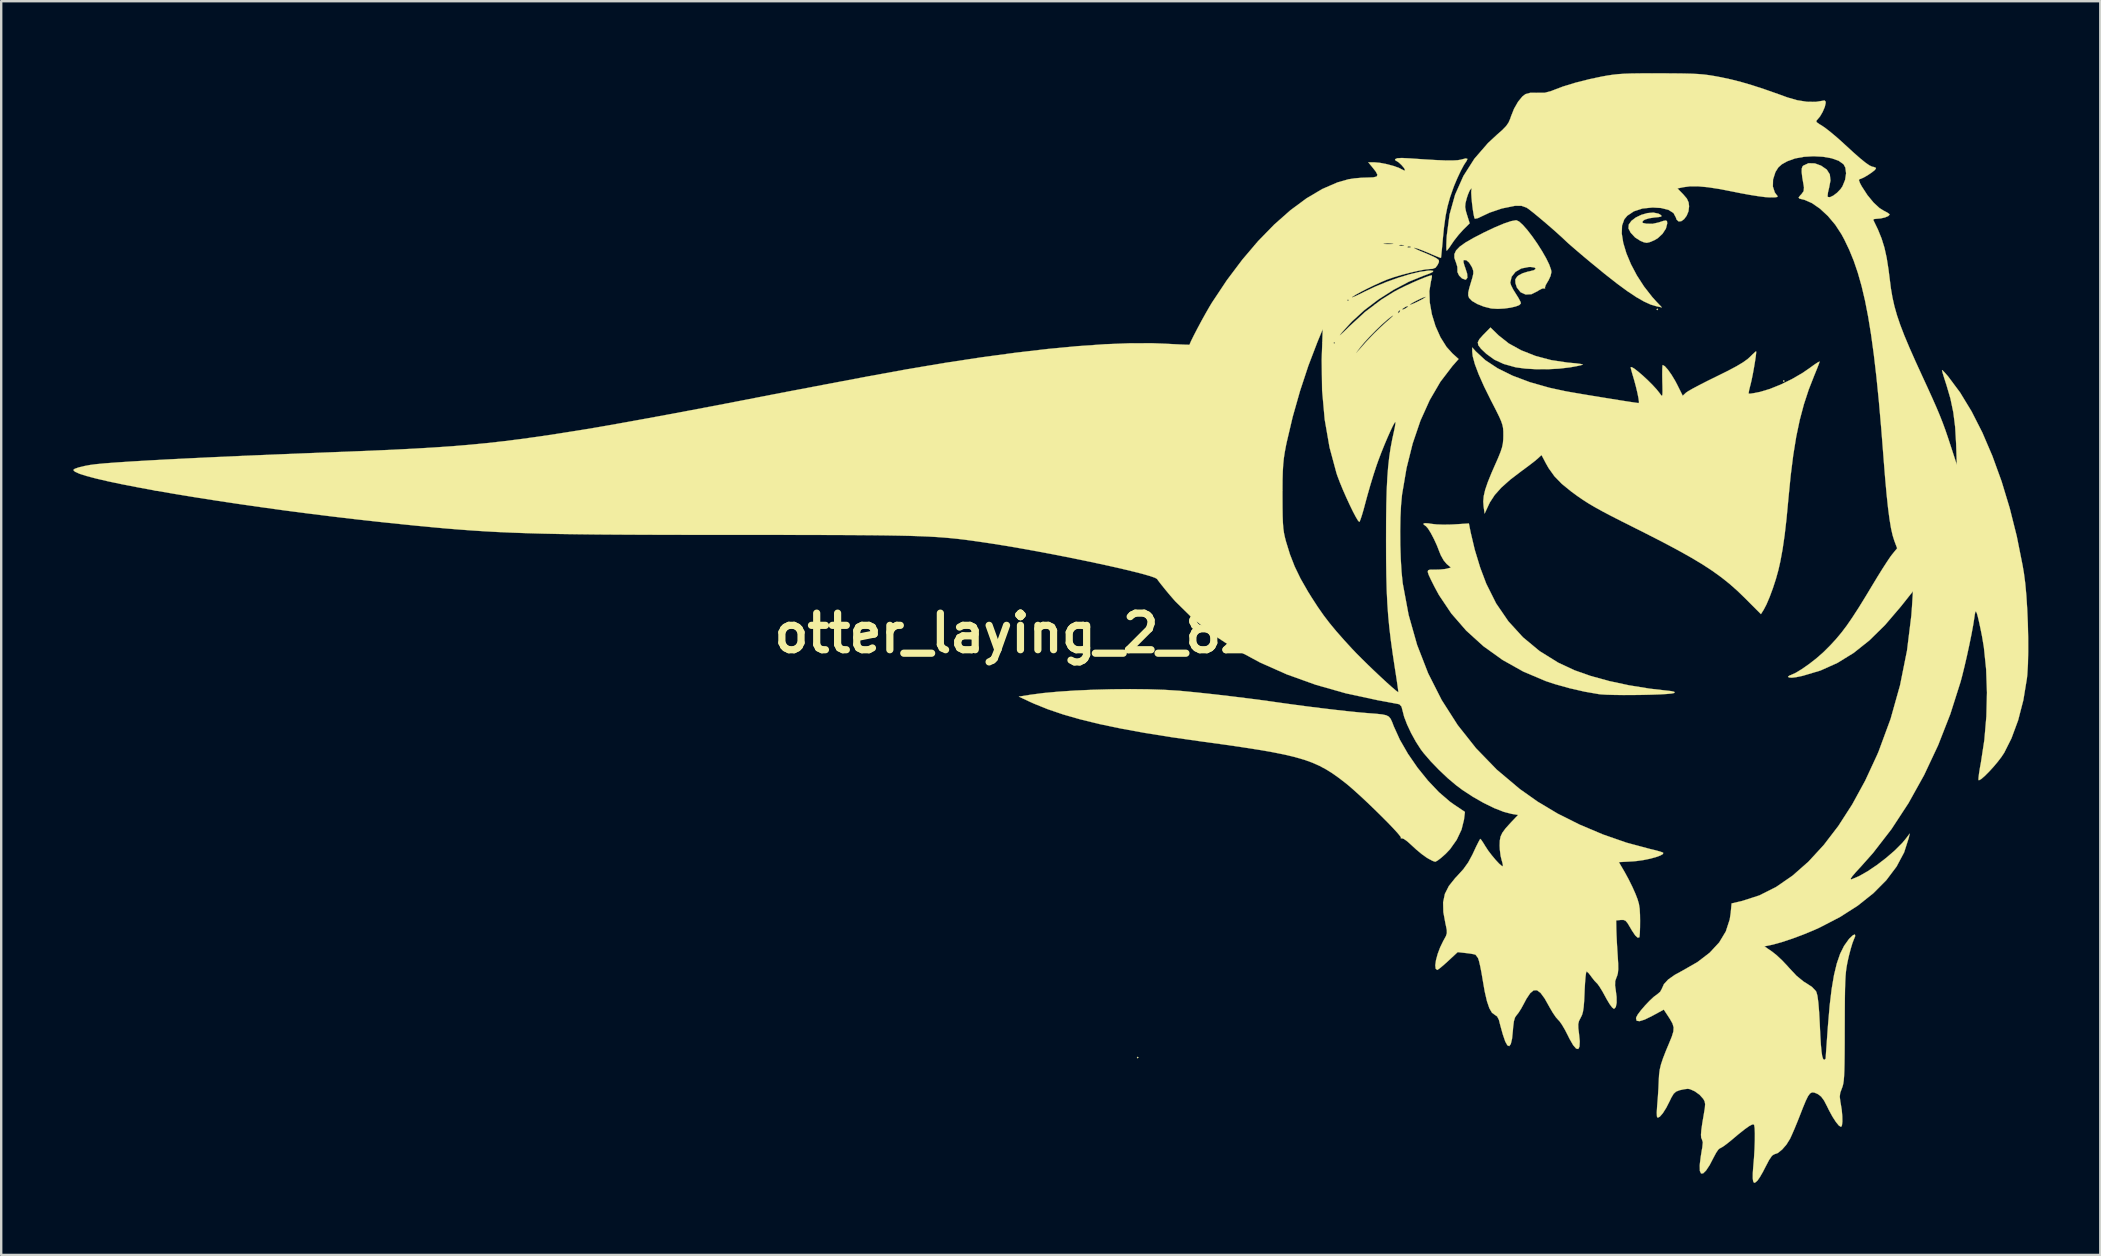
<source format=kicad_pcb>
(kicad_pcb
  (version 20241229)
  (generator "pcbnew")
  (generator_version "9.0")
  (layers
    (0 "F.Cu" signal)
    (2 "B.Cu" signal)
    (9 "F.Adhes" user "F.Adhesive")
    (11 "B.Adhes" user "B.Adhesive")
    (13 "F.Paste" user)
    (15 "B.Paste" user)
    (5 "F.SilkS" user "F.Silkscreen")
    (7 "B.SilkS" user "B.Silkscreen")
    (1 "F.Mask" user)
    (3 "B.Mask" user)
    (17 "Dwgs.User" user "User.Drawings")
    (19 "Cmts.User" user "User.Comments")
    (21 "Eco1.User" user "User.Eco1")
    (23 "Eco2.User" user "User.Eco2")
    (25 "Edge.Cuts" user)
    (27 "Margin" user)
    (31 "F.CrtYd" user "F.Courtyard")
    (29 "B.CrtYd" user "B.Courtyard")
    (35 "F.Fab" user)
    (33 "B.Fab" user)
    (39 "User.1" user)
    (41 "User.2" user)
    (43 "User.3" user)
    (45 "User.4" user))
  (footprint "otter_laying_2_8251"
    (layer "F.Cu")
    (at 40.709 23.336)
    (property "Reference" "otter_laying_2_8251" (at 0 0 0) (layer "F.SilkS") (effects (font (size 1.524 1.524) (thickness 0.3))))
    (attr through_hole)
    (fp_poly (pts (xy 3.683 17.685) (xy 3.651 17.716) (xy 3.619 17.685) (xy 3.651 17.653) (xy 3.683 17.685)) (stroke (width 0.01) (type solid)) (fill yes) (layer "F.SilkS"))
    (fp_poly (pts (xy 25.337 -13.494) (xy 25.305 -13.462) (xy 25.273 -13.494) (xy 25.305 -13.525) (xy 25.337 -13.494)) (stroke (width 0.01) (type solid)) (fill yes) (layer "F.SilkS"))
    (fp_poly (pts (xy 30.607 -10.509) (xy 30.575 -10.477) (xy 30.544 -10.509) (xy 30.575 -10.541) (xy 30.607 -10.509)) (stroke (width 0.01) (type solid)) (fill yes) (layer "F.SilkS"))
    (fp_poly (pts (xy 18.695 -12.406) (xy 19.115 -12.074) (xy 19.635 -11.787) (xy 20.232 -11.552) (xy 20.884 -11.379) (xy 21.569 -11.276) (xy 21.672 -11.267) (xy 21.916 -11.245) (xy 22.098 -11.221) (xy 22.192 -11.2) (xy 22.198 -11.192) (xy 22.125 -11.167) (xy 21.957 -11.13) (xy 21.727 -11.088) (xy 21.64 -11.074) (xy 21.214 -11.024) (xy 20.738 -10.999) (xy 20.253 -11) (xy 19.802 -11.026) (xy 19.427 -11.076) (xy 19.379 -11.086) (xy 18.902 -11.22) (xy 18.516 -11.398) (xy 18.189 -11.635) (xy 18.166 -11.655) (xy 17.958 -11.852) (xy 17.846 -11.998) (xy 17.824 -12.122) (xy 17.89 -12.252) (xy 18.039 -12.419) (xy 18.06 -12.44) (xy 18.353 -12.738) (xy 18.695 -12.406)) (stroke (width 0.01) (type solid)) (fill yes) (layer "F.SilkS"))
    (fp_poly (pts (xy 25.35 -17.484) (xy 25.43 -17.44) (xy 25.484 -17.39) (xy 25.463 -17.359) (xy 25.348 -17.338) (xy 25.185 -17.323) (xy 24.962 -17.289) (xy 24.789 -17.235) (xy 24.725 -17.196) (xy 24.676 -17.131) (xy 24.712 -17.093) (xy 24.854 -17.063) (xy 24.863 -17.062) (xy 25.115 -17.061) (xy 25.36 -17.115) (xy 25.558 -17.181) (xy 25.665 -17.199) (xy 25.709 -17.166) (xy 25.717 -17.08) (xy 25.718 -17.073) (xy 25.664 -16.863) (xy 25.523 -16.645) (xy 25.325 -16.46) (xy 25.184 -16.377) (xy 24.993 -16.296) (xy 24.865 -16.267) (xy 24.745 -16.289) (xy 24.606 -16.346) (xy 24.379 -16.491) (xy 24.194 -16.69) (xy 24.104 -16.865) (xy 24.115 -17.027) (xy 24.226 -17.183) (xy 24.41 -17.323) (xy 24.641 -17.434) (xy 24.893 -17.506) (xy 25.138 -17.527) (xy 25.35 -17.484)) (stroke (width 0.01) (type solid)) (fill yes) (layer "F.SilkS"))
    (fp_poly (pts (xy 15.764 -4.576) (xy 15.891 -4.556) (xy 16.108 -4.532) (xy 16.4 -4.522) (xy 16.717 -4.527) (xy 16.839 -4.533) (xy 17.453 -4.572) (xy 17.525 -4.207) (xy 17.698 -3.476) (xy 17.925 -2.73) (xy 18.176 -2.064) (xy 18.588 -1.24) (xy 19.1 -0.493) (xy 19.705 0.17) (xy 20.399 0.746) (xy 21.176 1.229) (xy 21.858 1.547) (xy 22.528 1.783) (xy 23.294 1.994) (xy 24.125 2.172) (xy 24.991 2.312) (xy 25.646 2.387) (xy 25.884 2.414) (xy 26.008 2.442) (xy 26.029 2.473) (xy 26.004 2.493) (xy 25.902 2.515) (xy 25.696 2.534) (xy 25.407 2.55) (xy 25.058 2.563) (xy 24.671 2.572) (xy 24.269 2.577) (xy 23.873 2.578) (xy 23.506 2.573) (xy 23.191 2.564) (xy 22.949 2.549) (xy 22.864 2.539) (xy 22.277 2.437) (xy 21.648 2.293) (xy 21.04 2.123) (xy 20.655 1.996) (xy 19.723 1.601) (xy 18.853 1.113) (xy 18.056 0.541) (xy 17.342 -0.107) (xy 16.722 -0.82) (xy 16.205 -1.591) (xy 16.023 -1.927) (xy 15.873 -2.226) (xy 15.778 -2.429) (xy 15.738 -2.554) (xy 15.754 -2.62) (xy 15.825 -2.645) (xy 15.951 -2.648) (xy 16.022 -2.646) (xy 16.252 -2.652) (xy 16.458 -2.673) (xy 16.529 -2.687) (xy 16.706 -2.734) (xy 16.528 -2.884) (xy 16.403 -3.033) (xy 16.283 -3.247) (xy 16.231 -3.374) (xy 16.124 -3.649) (xy 15.999 -3.922) (xy 15.871 -4.167) (xy 15.754 -4.356) (xy 15.663 -4.461) (xy 15.646 -4.47) (xy 15.566 -4.533) (xy 15.557 -4.561) (xy 15.614 -4.584) (xy 15.764 -4.576)) (stroke (width 0.01) (type solid)) (fill yes) (layer "F.SilkS"))
    (fp_poly (pts (xy 4.076 2.338) (xy 4.765 2.361) (xy 5.373 2.399) (xy 5.429 2.404) (xy 6.082 2.467) (xy 6.821 2.546) (xy 7.608 2.638) (xy 8.403 2.737) (xy 9.167 2.839) (xy 9.515 2.889) (xy 10.097 2.97) (xy 10.708 3.051) (xy 11.322 3.128) (xy 11.913 3.198) (xy 12.455 3.258) (xy 12.92 3.305) (xy 13.24 3.332) (xy 13.592 3.359) (xy 13.84 3.385) (xy 14.008 3.421) (xy 14.118 3.479) (xy 14.193 3.571) (xy 14.256 3.707) (xy 14.319 3.873) (xy 14.576 4.44) (xy 14.913 5.026) (xy 15.31 5.602) (xy 15.747 6.144) (xy 16.203 6.625) (xy 16.659 7.018) (xy 16.834 7.143) (xy 17.288 7.448) (xy 17.249 7.772) (xy 17.146 8.186) (xy 16.946 8.609) (xy 16.668 9.002) (xy 16.483 9.197) (xy 16.304 9.356) (xy 16.153 9.472) (xy 16.057 9.524) (xy 16.05 9.525) (xy 15.95 9.493) (xy 15.789 9.41) (xy 15.681 9.345) (xy 15.486 9.204) (xy 15.257 9.014) (xy 15.063 8.835) (xy 14.888 8.677) (xy 14.745 8.575) (xy 14.661 8.546) (xy 14.656 8.548) (xy 14.615 8.553) (xy 14.625 8.528) (xy 14.594 8.465) (xy 14.484 8.33) (xy 14.309 8.138) (xy 14.082 7.901) (xy 13.817 7.635) (xy 13.53 7.353) (xy 13.234 7.068) (xy 12.943 6.796) (xy 12.671 6.55) (xy 12.433 6.343) (xy 12.309 6.242) (xy 12.029 6.027) (xy 11.761 5.837) (xy 11.494 5.671) (xy 11.216 5.523) (xy 10.916 5.391) (xy 10.583 5.272) (xy 10.205 5.163) (xy 9.77 5.059) (xy 9.267 4.958) (xy 8.684 4.857) (xy 8.011 4.752) (xy 7.234 4.639) (xy 6.344 4.517) (xy 6.287 4.509) (xy 5.062 4.334) (xy 3.956 4.157) (xy 2.96 3.975) (xy 2.065 3.788) (xy 1.264 3.592) (xy 0.547 3.387) (xy -0.094 3.169) (xy -0.667 2.938) (xy -0.857 2.852) (xy -1.302 2.643) (xy -0.813 2.565) (xy -0.288 2.496) (xy 0.338 2.438) (xy 1.039 2.391) (xy 1.79 2.358) (xy 2.563 2.337) (xy 3.334 2.33) (xy 4.076 2.338)) (stroke (width 0.01) (type solid)) (fill yes) (layer "F.SilkS"))
    (fp_poly (pts (xy 19.545 -17.155) (xy 19.705 -17.01) (xy 19.895 -16.793) (xy 20.101 -16.525) (xy 20.309 -16.226) (xy 20.504 -15.918) (xy 20.674 -15.621) (xy 20.803 -15.356) (xy 20.878 -15.143) (xy 20.892 -15.049) (xy 20.856 -14.886) (xy 20.768 -14.697) (xy 20.738 -14.651) (xy 20.653 -14.503) (xy 20.621 -14.398) (xy 20.627 -14.378) (xy 20.626 -14.358) (xy 20.599 -14.37) (xy 20.509 -14.361) (xy 20.368 -14.289) (xy 20.317 -14.254) (xy 20.061 -14.126) (xy 19.817 -14.113) (xy 19.608 -14.208) (xy 19.454 -14.401) (xy 19.394 -14.583) (xy 19.387 -14.74) (xy 19.462 -14.857) (xy 19.519 -14.906) (xy 19.687 -14.996) (xy 19.905 -15.065) (xy 19.974 -15.078) (xy 20.167 -15.128) (xy 20.239 -15.187) (xy 20.191 -15.237) (xy 20.028 -15.261) (xy 19.949 -15.26) (xy 19.641 -15.199) (xy 19.397 -15.059) (xy 19.235 -14.856) (xy 19.177 -14.608) (xy 19.211 -14.495) (xy 19.299 -14.321) (xy 19.399 -14.161) (xy 19.516 -13.974) (xy 19.597 -13.823) (xy 19.622 -13.748) (xy 19.563 -13.679) (xy 19.408 -13.616) (xy 19.185 -13.564) (xy 18.927 -13.529) (xy 18.661 -13.515) (xy 18.419 -13.528) (xy 18.369 -13.535) (xy 18.075 -13.609) (xy 17.802 -13.718) (xy 17.586 -13.844) (xy 17.461 -13.972) (xy 17.46 -13.975) (xy 17.426 -14.072) (xy 17.428 -14.196) (xy 17.469 -14.381) (xy 17.53 -14.585) (xy 17.602 -14.825) (xy 17.637 -14.982) (xy 17.636 -15.095) (xy 17.602 -15.202) (xy 17.569 -15.274) (xy 17.461 -15.446) (xy 17.344 -15.544) (xy 17.245 -15.548) (xy 17.23 -15.536) (xy 17.228 -15.46) (xy 17.269 -15.313) (xy 17.296 -15.241) (xy 17.379 -14.985) (xy 17.391 -14.814) (xy 17.332 -14.736) (xy 17.304 -14.732) (xy 17.167 -14.783) (xy 17.044 -14.905) (xy 16.976 -15.051) (xy 16.976 -15.126) (xy 16.972 -15.267) (xy 16.918 -15.444) (xy 16.91 -15.462) (xy 16.849 -15.637) (xy 16.849 -15.797) (xy 16.92 -15.95) (xy 17.072 -16.108) (xy 17.314 -16.281) (xy 17.657 -16.478) (xy 18.081 -16.697) (xy 18.531 -16.91) (xy 18.912 -17.07) (xy 19.213 -17.171) (xy 19.419 -17.208) (xy 19.428 -17.209) (xy 19.545 -17.155)) (stroke (width 0.01) (type solid)) (fill yes) (layer "F.SilkS"))
    (fp_poly (pts (xy 17.735 -11.748) (xy 18.135 -11.378) (xy 18.651 -11.038) (xy 19.274 -10.73) (xy 19.995 -10.459) (xy 20.804 -10.229) (xy 21.431 -10.092) (xy 21.621 -10.057) (xy 21.893 -10.01) (xy 22.227 -9.953) (xy 22.6 -9.891) (xy 22.992 -9.827) (xy 23.382 -9.764) (xy 23.747 -9.705) (xy 24.066 -9.655) (xy 24.319 -9.617) (xy 24.483 -9.594) (xy 24.534 -9.588) (xy 24.541 -9.645) (xy 24.52 -9.795) (xy 24.477 -10.011) (xy 24.417 -10.264) (xy 24.347 -10.525) (xy 24.321 -10.614) (xy 24.257 -10.831) (xy 24.212 -10.997) (xy 24.194 -11.077) (xy 24.194 -11.078) (xy 24.234 -11.09) (xy 24.344 -11.027) (xy 24.503 -10.904) (xy 24.695 -10.74) (xy 24.9 -10.55) (xy 25.1 -10.351) (xy 25.276 -10.16) (xy 25.409 -9.993) (xy 25.426 -9.97) (xy 25.473 -9.906) (xy 25.503 -9.893) (xy 25.519 -9.948) (xy 25.523 -10.087) (xy 25.519 -10.328) (xy 25.514 -10.494) (xy 25.51 -10.771) (xy 25.512 -10.994) (xy 25.52 -11.137) (xy 25.531 -11.176) (xy 25.62 -11.123) (xy 25.748 -10.979) (xy 25.896 -10.77) (xy 26.048 -10.518) (xy 26.131 -10.361) (xy 26.364 -9.894) (xy 26.501 -10.022) (xy 26.6 -10.089) (xy 26.793 -10.199) (xy 27.061 -10.341) (xy 27.382 -10.505) (xy 27.737 -10.68) (xy 27.764 -10.693) (xy 28.239 -10.928) (xy 28.607 -11.124) (xy 28.881 -11.288) (xy 29.073 -11.427) (xy 29.145 -11.492) (xy 29.287 -11.631) (xy 29.388 -11.723) (xy 29.421 -11.748) (xy 29.425 -11.69) (xy 29.408 -11.537) (xy 29.376 -11.319) (xy 29.333 -11.063) (xy 29.285 -10.799) (xy 29.236 -10.557) (xy 29.191 -10.364) (xy 29.179 -10.321) (xy 29.133 -10.138) (xy 29.112 -10.012) (xy 29.115 -9.98) (xy 29.185 -9.981) (xy 29.345 -10.006) (xy 29.563 -10.05) (xy 29.592 -10.056) (xy 29.994 -10.177) (xy 30.45 -10.361) (xy 30.917 -10.589) (xy 31.352 -10.841) (xy 31.649 -11.045) (xy 31.84 -11.184) (xy 31.985 -11.28) (xy 32.061 -11.318) (xy 32.068 -11.314) (xy 32.044 -11.238) (xy 31.982 -11.075) (xy 31.893 -10.854) (xy 31.85 -10.751) (xy 31.615 -10.152) (xy 31.414 -9.539) (xy 31.242 -8.892) (xy 31.095 -8.193) (xy 30.97 -7.423) (xy 30.862 -6.565) (xy 30.767 -5.6) (xy 30.763 -5.556) (xy 30.689 -4.767) (xy 30.611 -4.088) (xy 30.526 -3.502) (xy 30.432 -2.99) (xy 30.35 -2.63) (xy 30.248 -2.261) (xy 30.123 -1.877) (xy 29.988 -1.512) (xy 29.856 -1.202) (xy 29.741 -0.981) (xy 29.74 -0.98) (xy 29.623 -0.794) (xy 28.956 -1.463) (xy 28.639 -1.769) (xy 28.317 -2.054) (xy 27.975 -2.327) (xy 27.602 -2.596) (xy 27.185 -2.869) (xy 26.709 -3.154) (xy 26.162 -3.46) (xy 25.532 -3.795) (xy 24.805 -4.167) (xy 24.384 -4.378) (xy 23.835 -4.654) (xy 23.384 -4.884) (xy 23.012 -5.08) (xy 22.702 -5.252) (xy 22.437 -5.408) (xy 22.2 -5.56) (xy 21.972 -5.717) (xy 21.736 -5.889) (xy 21.733 -5.891) (xy 21.33 -6.218) (xy 21.019 -6.538) (xy 20.773 -6.882) (xy 20.659 -7.084) (xy 20.48 -7.424) (xy 20.321 -7.276) (xy 20.199 -7.174) (xy 20.006 -7.024) (xy 19.775 -6.851) (xy 19.653 -6.762) (xy 19.176 -6.398) (xy 18.805 -6.067) (xy 18.527 -5.756) (xy 18.33 -5.454) (xy 18.287 -5.366) (xy 18.11 -4.985) (xy 18.068 -5.271) (xy 18.052 -5.485) (xy 18.072 -5.714) (xy 18.133 -5.977) (xy 18.242 -6.296) (xy 18.403 -6.693) (xy 18.523 -6.966) (xy 18.671 -7.301) (xy 18.772 -7.551) (xy 18.836 -7.746) (xy 18.871 -7.915) (xy 18.886 -8.089) (xy 18.889 -8.238) (xy 18.888 -8.406) (xy 18.878 -8.547) (xy 18.85 -8.682) (xy 18.798 -8.836) (xy 18.712 -9.031) (xy 18.585 -9.289) (xy 18.408 -9.633) (xy 18.374 -9.698) (xy 18.086 -10.281) (xy 17.861 -10.788) (xy 17.702 -11.211) (xy 17.612 -11.545) (xy 17.592 -11.738) (xy 17.594 -11.906) (xy 17.735 -11.748)) (stroke (width 0.01) (type solid)) (fill yes) (layer "F.SilkS"))
    (fp_poly (pts (xy 25.432 -23.33) (xy 25.96 -23.328) (xy 26.384 -23.323) (xy 26.725 -23.315) (xy 27.005 -23.301) (xy 27.248 -23.281) (xy 27.475 -23.252) (xy 27.709 -23.213) (xy 27.971 -23.164) (xy 27.979 -23.162) (xy 28.386 -23.074) (xy 28.805 -22.967) (xy 29.258 -22.834) (xy 29.767 -22.668) (xy 30.357 -22.461) (xy 30.731 -22.325) (xy 31.13 -22.21) (xy 31.535 -22.146) (xy 31.904 -22.14) (xy 32.147 -22.179) (xy 32.272 -22.2) (xy 32.317 -22.155) (xy 32.322 -22.097) (xy 32.286 -21.934) (xy 32.198 -21.727) (xy 32.084 -21.531) (xy 31.975 -21.402) (xy 31.928 -21.345) (xy 31.952 -21.289) (xy 32.064 -21.209) (xy 32.161 -21.152) (xy 32.315 -21.046) (xy 32.534 -20.874) (xy 32.79 -20.659) (xy 33.055 -20.422) (xy 33.099 -20.381) (xy 33.467 -20.043) (xy 33.757 -19.788) (xy 33.979 -19.608) (xy 34.143 -19.494) (xy 34.261 -19.439) (xy 34.312 -19.431) (xy 34.403 -19.399) (xy 34.417 -19.366) (xy 34.367 -19.298) (xy 34.24 -19.197) (xy 34.074 -19.085) (xy 33.907 -18.989) (xy 33.774 -18.93) (xy 33.735 -18.923) (xy 33.705 -18.883) (xy 33.751 -18.756) (xy 33.823 -18.621) (xy 34.06 -18.256) (xy 34.314 -17.947) (xy 34.563 -17.716) (xy 34.735 -17.609) (xy 34.888 -17.529) (xy 34.978 -17.462) (xy 34.987 -17.445) (xy 34.933 -17.384) (xy 34.794 -17.325) (xy 34.614 -17.284) (xy 34.471 -17.272) (xy 34.345 -17.259) (xy 34.303 -17.226) (xy 34.304 -17.224) (xy 34.499 -16.821) (xy 34.651 -16.447) (xy 34.769 -16.067) (xy 34.862 -15.649) (xy 34.939 -15.161) (xy 34.989 -14.764) (xy 35.04 -14.363) (xy 35.104 -13.989) (xy 35.186 -13.624) (xy 35.292 -13.25) (xy 35.428 -12.849) (xy 35.599 -12.404) (xy 35.812 -11.897) (xy 36.072 -11.31) (xy 36.337 -10.732) (xy 36.582 -10.2) (xy 36.781 -9.761) (xy 36.944 -9.391) (xy 37.08 -9.067) (xy 37.198 -8.767) (xy 37.308 -8.468) (xy 37.418 -8.147) (xy 37.538 -7.782) (xy 37.539 -7.779) (xy 37.787 -7.017) (xy 37.757 -7.906) (xy 37.717 -8.594) (xy 37.64 -9.204) (xy 37.52 -9.778) (xy 37.349 -10.361) (xy 37.339 -10.389) (xy 37.26 -10.634) (xy 37.201 -10.828) (xy 37.171 -10.945) (xy 37.17 -10.965) (xy 37.216 -10.93) (xy 37.317 -10.822) (xy 37.422 -10.701) (xy 37.923 -10.029) (xy 38.401 -9.243) (xy 38.852 -8.356) (xy 39.27 -7.38) (xy 39.652 -6.327) (xy 39.991 -5.209) (xy 40.285 -4.038) (xy 40.527 -2.827) (xy 40.583 -2.499) (xy 40.638 -2.078) (xy 40.684 -1.57) (xy 40.72 -1.001) (xy 40.746 -0.403) (xy 40.76 0.198) (xy 40.761 0.771) (xy 40.75 1.29) (xy 40.724 1.724) (xy 40.707 1.888) (xy 40.559 2.789) (xy 40.342 3.628) (xy 40.062 4.385) (xy 39.762 4.982) (xy 39.639 5.167) (xy 39.477 5.377) (xy 39.295 5.592) (xy 39.109 5.793) (xy 38.937 5.963) (xy 38.799 6.081) (xy 38.71 6.129) (xy 38.689 6.118) (xy 38.691 6.028) (xy 38.713 5.843) (xy 38.753 5.593) (xy 38.791 5.387) (xy 38.934 4.451) (xy 39.018 3.469) (xy 39.043 2.474) (xy 39.008 1.502) (xy 38.914 0.588) (xy 38.837 0.127) (xy 38.773 -0.19) (xy 38.712 -0.474) (xy 38.66 -0.695) (xy 38.624 -0.822) (xy 38.623 -0.826) (xy 38.586 -0.902) (xy 38.561 -0.894) (xy 38.536 -0.785) (xy 38.515 -0.635) (xy 38.469 -0.344) (xy 38.399 0.037) (xy 38.31 0.473) (xy 38.211 0.931) (xy 38.108 1.377) (xy 38.009 1.778) (xy 37.943 2.026) (xy 37.517 3.367) (xy 37.009 4.666) (xy 36.425 5.909) (xy 35.773 7.081) (xy 35.061 8.169) (xy 34.295 9.159) (xy 33.807 9.708) (xy 33.574 9.961) (xy 33.428 10.132) (xy 33.364 10.23) (xy 33.377 10.261) (xy 33.403 10.256) (xy 33.709 10.127) (xy 34.07 9.922) (xy 34.458 9.66) (xy 34.846 9.362) (xy 35.207 9.05) (xy 35.513 8.743) (xy 35.68 8.541) (xy 35.823 8.35) (xy 35.785 8.527) (xy 35.591 9.134) (xy 35.276 9.725) (xy 34.846 10.296) (xy 34.305 10.84) (xy 33.659 11.354) (xy 32.914 11.83) (xy 32.074 12.265) (xy 31.827 12.377) (xy 31.384 12.56) (xy 30.928 12.73) (xy 30.497 12.873) (xy 30.126 12.976) (xy 30.012 13.001) (xy 29.767 13.051) (xy 30.091 13.272) (xy 30.284 13.426) (xy 30.514 13.642) (xy 30.738 13.88) (xy 30.801 13.952) (xy 31.111 14.282) (xy 31.406 14.521) (xy 31.515 14.587) (xy 31.753 14.744) (xy 31.91 14.91) (xy 31.934 14.953) (xy 31.978 15.112) (xy 32.016 15.395) (xy 32.049 15.804) (xy 32.075 16.286) (xy 32.098 16.779) (xy 32.122 17.158) (xy 32.148 17.435) (xy 32.176 17.622) (xy 32.21 17.732) (xy 32.25 17.777) (xy 32.265 17.78) (xy 32.32 17.732) (xy 32.322 17.717) (xy 32.326 17.638) (xy 32.338 17.451) (xy 32.358 17.177) (xy 32.382 16.835) (xy 32.41 16.444) (xy 32.421 16.304) (xy 32.489 15.506) (xy 32.571 14.824) (xy 32.669 14.246) (xy 32.786 13.762) (xy 32.924 13.361) (xy 33.087 13.033) (xy 33.276 12.766) (xy 33.319 12.716) (xy 33.459 12.586) (xy 33.54 12.556) (xy 33.552 12.623) (xy 33.492 12.771) (xy 33.438 12.911) (xy 33.369 13.139) (xy 33.296 13.415) (xy 33.259 13.573) (xy 33.222 13.746) (xy 33.192 13.913) (xy 33.168 14.087) (xy 33.15 14.287) (xy 33.137 14.527) (xy 33.128 14.823) (xy 33.122 15.193) (xy 33.118 15.651) (xy 33.116 16.215) (xy 33.115 16.447) (xy 33.114 17.049) (xy 33.111 17.538) (xy 33.106 17.928) (xy 33.099 18.232) (xy 33.088 18.465) (xy 33.074 18.64) (xy 33.055 18.77) (xy 33.031 18.871) (xy 33.002 18.955) (xy 32.994 18.974) (xy 32.927 19.156) (xy 32.908 19.316) (xy 32.932 19.516) (xy 32.948 19.603) (xy 32.991 19.868) (xy 33.013 20.126) (xy 33.017 20.35) (xy 33 20.509) (xy 32.963 20.574) (xy 32.96 20.574) (xy 32.871 20.519) (xy 32.747 20.368) (xy 32.601 20.141) (xy 32.448 19.859) (xy 32.385 19.728) (xy 32.254 19.476) (xy 32.135 19.314) (xy 32.005 19.213) (xy 31.964 19.192) (xy 31.847 19.144) (xy 31.753 19.136) (xy 31.67 19.181) (xy 31.586 19.295) (xy 31.49 19.491) (xy 31.369 19.784) (xy 31.278 20.018) (xy 31.151 20.339) (xy 31.024 20.648) (xy 30.911 20.908) (xy 30.834 21.074) (xy 30.685 21.313) (xy 30.508 21.517) (xy 30.33 21.661) (xy 30.177 21.717) (xy 30.174 21.717) (xy 30.084 21.777) (xy 29.962 21.957) (xy 29.823 22.221) (xy 29.698 22.463) (xy 29.578 22.67) (xy 29.483 22.807) (xy 29.459 22.832) (xy 29.368 22.905) (xy 29.323 22.888) (xy 29.298 22.832) (xy 29.283 22.717) (xy 29.284 22.518) (xy 29.3 22.278) (xy 29.301 22.268) (xy 29.334 21.877) (xy 29.357 21.496) (xy 29.369 21.146) (xy 29.371 20.848) (xy 29.362 20.623) (xy 29.341 20.494) (xy 29.328 20.473) (xy 29.26 20.475) (xy 29.136 20.539) (xy 28.948 20.672) (xy 28.686 20.88) (xy 28.389 21.13) (xy 28.196 21.285) (xy 28.034 21.402) (xy 27.931 21.46) (xy 27.917 21.463) (xy 27.85 21.516) (xy 27.755 21.655) (xy 27.657 21.838) (xy 27.484 22.17) (xy 27.335 22.394) (xy 27.215 22.511) (xy 27.128 22.516) (xy 27.079 22.41) (xy 27.073 22.189) (xy 27.083 22.075) (xy 27.116 21.815) (xy 27.156 21.562) (xy 27.18 21.433) (xy 27.202 21.214) (xy 27.166 21.099) (xy 27.134 21.027) (xy 27.125 20.901) (xy 27.14 20.704) (xy 27.18 20.419) (xy 27.247 20.027) (xy 27.247 20.025) (xy 27.287 19.782) (xy 27.298 19.624) (xy 27.278 19.514) (xy 27.225 19.414) (xy 27.218 19.403) (xy 27.067 19.235) (xy 26.867 19.091) (xy 26.667 19.002) (xy 26.575 18.987) (xy 26.428 19.004) (xy 26.24 19.045) (xy 26.223 19.05) (xy 26.088 19.103) (xy 25.986 19.194) (xy 25.889 19.356) (xy 25.829 19.482) (xy 25.68 19.775) (xy 25.536 20.003) (xy 25.409 20.149) (xy 25.322 20.193) (xy 25.29 20.142) (xy 25.282 19.984) (xy 25.298 19.711) (xy 25.304 19.637) (xy 25.33 19.311) (xy 25.352 18.965) (xy 25.365 18.668) (xy 25.366 18.637) (xy 25.379 18.401) (xy 25.406 18.189) (xy 25.458 17.972) (xy 25.541 17.721) (xy 25.663 17.407) (xy 25.79 17.104) (xy 25.91 16.811) (xy 25.975 16.597) (xy 25.985 16.428) (xy 25.938 16.266) (xy 25.832 16.078) (xy 25.744 15.942) (xy 25.575 15.687) (xy 25.088 15.951) (xy 24.78 16.102) (xy 24.567 16.169) (xy 24.446 16.152) (xy 24.419 16.052) (xy 24.427 16.01) (xy 24.492 15.889) (xy 24.624 15.714) (xy 24.797 15.513) (xy 24.984 15.317) (xy 25.157 15.155) (xy 25.291 15.057) (xy 25.291 15.057) (xy 25.424 14.945) (xy 25.489 14.829) (xy 25.581 14.625) (xy 25.759 14.432) (xy 26.037 14.237) (xy 26.343 14.07) (xy 26.977 13.707) (xy 27.489 13.314) (xy 27.883 12.889) (xy 28.16 12.429) (xy 28.323 11.929) (xy 28.364 11.654) (xy 28.401 11.262) (xy 28.852 11.156) (xy 29.562 10.926) (xy 30.259 10.574) (xy 30.941 10.104) (xy 31.603 9.521) (xy 32.24 8.829) (xy 32.85 8.033) (xy 33.427 7.137) (xy 33.968 6.147) (xy 34.469 5.066) (xy 34.531 4.919) (xy 35.026 3.575) (xy 35.421 2.169) (xy 35.711 0.725) (xy 35.891 -0.734) (xy 35.919 -1.111) (xy 35.959 -1.746) (xy 35.447 -1.102) (xy 34.797 -0.342) (xy 34.147 0.297) (xy 33.488 0.822) (xy 32.809 1.24) (xy 32.102 1.557) (xy 31.356 1.779) (xy 31.089 1.834) (xy 30.908 1.855) (xy 30.789 1.845) (xy 30.751 1.812) (xy 30.814 1.765) (xy 30.876 1.742) (xy 31.072 1.653) (xy 31.331 1.496) (xy 31.624 1.291) (xy 31.922 1.06) (xy 32.196 0.821) (xy 32.264 0.757) (xy 32.521 0.499) (xy 32.754 0.246) (xy 32.976 -0.02) (xy 33.2 -0.316) (xy 33.436 -0.659) (xy 33.699 -1.065) (xy 33.999 -1.552) (xy 34.288 -2.032) (xy 34.493 -2.371) (xy 34.692 -2.69) (xy 34.871 -2.967) (xy 35.012 -3.177) (xy 35.087 -3.277) (xy 35.3 -3.539) (xy 35.183 -3.849) (xy 35.112 -4.075) (xy 35.045 -4.372) (xy 34.982 -4.75) (xy 34.921 -5.217) (xy 34.861 -5.784) (xy 34.8 -6.458) (xy 34.737 -7.25) (xy 34.736 -7.271) (xy 34.638 -8.524) (xy 34.539 -9.659) (xy 34.436 -10.685) (xy 34.328 -11.609) (xy 34.214 -12.441) (xy 34.092 -13.189) (xy 33.961 -13.861) (xy 33.818 -14.468) (xy 33.662 -15.016) (xy 33.492 -15.515) (xy 33.305 -15.973) (xy 33.101 -16.4) (xy 32.98 -16.624) (xy 32.72 -17.022) (xy 32.414 -17.385) (xy 32.083 -17.692) (xy 31.748 -17.923) (xy 31.433 -18.06) (xy 31.37 -18.075) (xy 31.226 -18.11) (xy 31.193 -18.155) (xy 31.262 -18.244) (xy 31.313 -18.295) (xy 31.402 -18.419) (xy 31.417 -18.567) (xy 31.404 -18.66) (xy 31.347 -18.989) (xy 31.321 -19.217) (xy 31.325 -19.364) (xy 31.358 -19.453) (xy 31.384 -19.481) (xy 31.604 -19.584) (xy 31.872 -19.577) (xy 32.131 -19.482) (xy 32.366 -19.32) (xy 32.494 -19.119) (xy 32.521 -18.861) (xy 32.463 -18.559) (xy 32.417 -18.366) (xy 32.401 -18.225) (xy 32.41 -18.178) (xy 32.5 -18.168) (xy 32.64 -18.235) (xy 32.798 -18.355) (xy 32.943 -18.507) (xy 33.021 -18.621) (xy 33.131 -18.891) (xy 33.172 -19.164) (xy 33.141 -19.403) (xy 33.065 -19.543) (xy 32.862 -19.687) (xy 32.567 -19.791) (xy 32.208 -19.854) (xy 31.816 -19.875) (xy 31.418 -19.852) (xy 31.044 -19.783) (xy 30.723 -19.667) (xy 30.497 -19.541) (xy 30.35 -19.411) (xy 30.24 -19.237) (xy 30.223 -19.202) (xy 30.128 -18.905) (xy 30.121 -18.614) (xy 30.201 -18.367) (xy 30.262 -18.283) (xy 30.316 -18.216) (xy 30.31 -18.18) (xy 30.224 -18.164) (xy 30.035 -18.161) (xy 29.983 -18.161) (xy 29.787 -18.174) (xy 29.499 -18.212) (xy 29.148 -18.268) (xy 28.767 -18.338) (xy 28.529 -18.386) (xy 27.92 -18.506) (xy 27.415 -18.584) (xy 27 -18.622) (xy 26.659 -18.62) (xy 26.392 -18.585) (xy 26.145 -18.533) (xy 26.384 -18.289) (xy 26.537 -18.11) (xy 26.61 -17.95) (xy 26.629 -17.788) (xy 26.604 -17.579) (xy 26.528 -17.396) (xy 26.422 -17.254) (xy 26.304 -17.169) (xy 26.193 -17.158) (xy 26.108 -17.236) (xy 26.079 -17.323) (xy 25.979 -17.509) (xy 25.77 -17.641) (xy 25.456 -17.719) (xy 25.108 -17.739) (xy 24.687 -17.697) (xy 24.328 -17.58) (xy 24.053 -17.396) (xy 23.929 -17.247) (xy 23.836 -16.989) (xy 23.823 -16.656) (xy 23.886 -16.264) (xy 24.016 -15.831) (xy 24.208 -15.372) (xy 24.455 -14.905) (xy 24.751 -14.447) (xy 25.089 -14.014) (xy 25.263 -13.82) (xy 25.495 -13.576) (xy 25.273 -13.622) (xy 25.032 -13.693) (xy 24.755 -13.819) (xy 24.432 -14.004) (xy 24.056 -14.254) (xy 23.619 -14.575) (xy 23.113 -14.972) (xy 22.529 -15.451) (xy 22.225 -15.705) (xy 21.984 -15.91) (xy 21.771 -16.093) (xy 21.609 -16.234) (xy 21.522 -16.314) (xy 21.521 -16.315) (xy 21.35 -16.477) (xy 21.125 -16.681) (xy 20.868 -16.908) (xy 20.599 -17.139) (xy 20.341 -17.356) (xy 20.116 -17.54) (xy 19.944 -17.674) (xy 19.857 -17.733) (xy 19.644 -17.81) (xy 19.393 -17.811) (xy 19.367 -17.808) (xy 18.829 -17.699) (xy 18.316 -17.525) (xy 18.046 -17.398) (xy 17.829 -17.295) (xy 17.71 -17.272) (xy 17.686 -17.292) (xy 17.65 -17.449) (xy 17.615 -17.67) (xy 17.584 -17.919) (xy 17.562 -18.158) (xy 17.551 -18.354) (xy 17.556 -18.47) (xy 17.561 -18.483) (xy 17.573 -18.532) (xy 17.537 -18.517) (xy 17.48 -18.435) (xy 17.411 -18.271) (xy 17.364 -18.128) (xy 17.31 -17.918) (xy 17.297 -17.761) (xy 17.327 -17.594) (xy 17.375 -17.432) (xy 17.486 -17.08) (xy 17.221 -16.818) (xy 17.027 -16.603) (xy 16.834 -16.358) (xy 16.758 -16.247) (xy 16.646 -16.081) (xy 16.56 -15.969) (xy 16.526 -15.938) (xy 16.515 -15.997) (xy 16.513 -16.156) (xy 16.521 -16.386) (xy 16.531 -16.558) (xy 16.647 -17.443) (xy 16.879 -18.275) (xy 17.224 -19.051) (xy 17.681 -19.769) (xy 18.249 -20.425) (xy 18.62 -20.769) (xy 18.852 -20.974) (xy 19.006 -21.134) (xy 19.106 -21.279) (xy 19.177 -21.441) (xy 19.205 -21.527) (xy 19.335 -21.854) (xy 19.501 -22.144) (xy 19.682 -22.365) (xy 19.815 -22.466) (xy 20.009 -22.518) (xy 20.285 -22.52) (xy 20.309 -22.518) (xy 20.611 -22.519) (xy 20.887 -22.593) (xy 20.944 -22.617) (xy 21.371 -22.779) (xy 21.893 -22.939) (xy 22.478 -23.087) (xy 22.987 -23.195) (xy 23.225 -23.238) (xy 23.448 -23.271) (xy 23.675 -23.296) (xy 23.93 -23.313) (xy 24.233 -23.324) (xy 24.606 -23.329) (xy 25.071 -23.331) (xy 25.432 -23.33)) (stroke (width 0.01) (type solid)) (fill yes) (layer "F.SilkS"))
    (fp_poly (pts (xy 14.972 -19.787) (xy 14.979 -19.787) (xy 15.586 -19.745) (xy 16.079 -19.716) (xy 16.467 -19.7) (xy 16.763 -19.698) (xy 16.977 -19.709) (xy 17.12 -19.732) (xy 17.151 -19.741) (xy 17.323 -19.785) (xy 17.394 -19.764) (xy 17.358 -19.68) (xy 17.351 -19.671) (xy 17.246 -19.512) (xy 17.115 -19.267) (xy 16.976 -18.972) (xy 16.844 -18.661) (xy 16.806 -18.561) (xy 16.666 -18.159) (xy 16.56 -17.777) (xy 16.479 -17.374) (xy 16.416 -16.913) (xy 16.375 -16.51) (xy 16.347 -16.196) (xy 16.321 -15.931) (xy 16.302 -15.739) (xy 16.291 -15.644) (xy 16.289 -15.638) (xy 16.231 -15.655) (xy 16.084 -15.713) (xy 15.875 -15.801) (xy 15.776 -15.844) (xy 15.536 -15.944) (xy 15.333 -16.02) (xy 15.201 -16.059) (xy 15.177 -16.063) (xy 15.184 -16.041) (xy 15.289 -15.986) (xy 15.47 -15.907) (xy 15.526 -15.885) (xy 15.763 -15.786) (xy 15.97 -15.693) (xy 16.103 -15.624) (xy 16.108 -15.62) (xy 16.199 -15.549) (xy 16.206 -15.469) (xy 16.154 -15.355) (xy 16.065 -15.231) (xy 15.937 -15.182) (xy 15.826 -15.176) (xy 15.634 -15.157) (xy 15.356 -15.105) (xy 15.026 -15.03) (xy 14.679 -14.939) (xy 14.349 -14.842) (xy 14.07 -14.746) (xy 14.036 -14.733) (xy 13.79 -14.629) (xy 13.509 -14.501) (xy 13.222 -14.362) (xy 12.956 -14.226) (xy 12.741 -14.108) (xy 12.604 -14.022) (xy 12.581 -14.003) (xy 12.596 -13.994) (xy 12.705 -14.037) (xy 12.889 -14.123) (xy 13.089 -14.223) (xy 13.543 -14.439) (xy 14.028 -14.639) (xy 14.518 -14.814) (xy 14.986 -14.956) (xy 15.406 -15.057) (xy 15.751 -15.108) (xy 15.86 -15.113) (xy 15.967 -15.099) (xy 15.952 -15.057) (xy 15.816 -14.989) (xy 15.561 -14.895) (xy 15.557 -14.894) (xy 14.948 -14.645) (xy 14.312 -14.309) (xy 13.684 -13.908) (xy 13.1 -13.465) (xy 12.595 -13.004) (xy 12.508 -12.913) (xy 12.281 -12.666) (xy 12.135 -12.5) (xy 12.072 -12.418) (xy 12.092 -12.422) (xy 12.195 -12.515) (xy 12.384 -12.697) (xy 12.453 -12.766) (xy 13.076 -13.339) (xy 14.494 -13.339) (xy 14.502 -13.335) (xy 14.56 -13.38) (xy 14.573 -13.399) (xy 14.589 -13.458) (xy 14.581 -13.462) (xy 14.523 -13.417) (xy 14.51 -13.399) (xy 14.494 -13.339) (xy 13.076 -13.339) (xy 13.124 -13.384) (xy 13.264 -13.489) (xy 14.668 -13.489) (xy 14.715 -13.49) (xy 14.796 -13.525) (xy 14.895 -13.591) (xy 14.922 -13.625) (xy 14.876 -13.625) (xy 14.796 -13.589) (xy 14.696 -13.523) (xy 14.668 -13.489) (xy 13.264 -13.489) (xy 13.521 -13.684) (xy 14.986 -13.684) (xy 15.037 -13.693) (xy 15.172 -13.748) (xy 15.333 -13.824) (xy 15.512 -13.917) (xy 15.628 -13.988) (xy 15.657 -14.018) (xy 15.594 -14.005) (xy 15.459 -13.949) (xy 15.292 -13.868) (xy 15.132 -13.784) (xy 15.018 -13.715) (xy 14.986 -13.684) (xy 13.521 -13.684) (xy 13.803 -13.897) (xy 14.322 -14.221) (xy 14.541 -14.339) (xy 14.803 -14.468) (xy 15.084 -14.598) (xy 15.358 -14.718) (xy 15.601 -14.817) (xy 15.788 -14.885) (xy 15.896 -14.911) (xy 15.911 -14.908) (xy 15.911 -14.836) (xy 15.88 -14.694) (xy 15.872 -14.664) (xy 15.806 -14.254) (xy 15.822 -13.786) (xy 15.91 -13.289) (xy 16.062 -12.793) (xy 16.269 -12.33) (xy 16.522 -11.928) (xy 16.765 -11.659) (xy 17.024 -11.425) (xy 16.766 -11.132) (xy 16.265 -10.476) (xy 15.82 -9.713) (xy 15.433 -8.854) (xy 15.111 -7.907) (xy 14.855 -6.882) (xy 14.669 -5.788) (xy 14.664 -5.747) (xy 14.625 -5.329) (xy 14.6 -4.82) (xy 14.591 -4.254) (xy 14.595 -3.666) (xy 14.614 -3.09) (xy 14.646 -2.561) (xy 14.691 -2.114) (xy 14.698 -2.064) (xy 14.942 -0.757) (xy 15.295 0.489) (xy 15.754 1.67) (xy 16.318 2.784) (xy 16.984 3.827) (xy 17.75 4.795) (xy 18.614 5.686) (xy 19.575 6.495) (xy 20.322 7.023) (xy 21.154 7.52) (xy 22.073 7.98) (xy 23.042 8.389) (xy 24.022 8.73) (xy 24.976 8.986) (xy 24.987 8.989) (xy 25.23 9.047) (xy 25.424 9.101) (xy 25.536 9.141) (xy 25.549 9.148) (xy 25.542 9.201) (xy 25.434 9.264) (xy 25.247 9.332) (xy 25.005 9.398) (xy 24.733 9.454) (xy 24.453 9.494) (xy 24.282 9.509) (xy 23.703 9.541) (xy 23.949 9.962) (xy 24.104 10.247) (xy 24.267 10.576) (xy 24.389 10.849) (xy 24.48 11.082) (xy 24.538 11.279) (xy 24.57 11.483) (xy 24.584 11.74) (xy 24.587 11.979) (xy 24.585 12.257) (xy 24.577 12.484) (xy 24.565 12.634) (xy 24.555 12.678) (xy 24.484 12.687) (xy 24.385 12.595) (xy 24.25 12.394) (xy 24.183 12.279) (xy 24.069 12.088) (xy 23.983 11.986) (xy 23.894 11.949) (xy 23.789 11.95) (xy 23.59 11.97) (xy 23.597 12.351) (xy 23.605 12.579) (xy 23.62 12.886) (xy 23.64 13.226) (xy 23.654 13.437) (xy 23.674 13.769) (xy 23.677 14.003) (xy 23.662 14.167) (xy 23.628 14.289) (xy 23.607 14.337) (xy 23.55 14.498) (xy 23.545 14.682) (xy 23.57 14.857) (xy 23.608 15.156) (xy 23.61 15.404) (xy 23.576 15.576) (xy 23.51 15.651) (xy 23.496 15.653) (xy 23.425 15.599) (xy 23.317 15.455) (xy 23.191 15.245) (xy 23.147 15.162) (xy 23.019 14.929) (xy 22.9 14.735) (xy 22.811 14.611) (xy 22.79 14.591) (xy 22.688 14.485) (xy 22.567 14.331) (xy 22.548 14.303) (xy 22.447 14.172) (xy 22.369 14.101) (xy 22.357 14.097) (xy 22.336 14.157) (xy 22.314 14.32) (xy 22.294 14.564) (xy 22.277 14.866) (xy 22.274 14.951) (xy 22.257 15.318) (xy 22.236 15.584) (xy 22.207 15.773) (xy 22.167 15.912) (xy 22.11 16.027) (xy 22.041 16.162) (xy 22.01 16.291) (xy 22.013 16.46) (xy 22.04 16.675) (xy 22.073 17.012) (xy 22.061 17.231) (xy 22.009 17.33) (xy 21.921 17.309) (xy 21.798 17.167) (xy 21.646 16.902) (xy 21.589 16.786) (xy 21.459 16.532) (xy 21.33 16.313) (xy 21.222 16.161) (xy 21.182 16.122) (xy 21.082 16.01) (xy 20.953 15.822) (xy 20.821 15.598) (xy 20.81 15.576) (xy 20.612 15.225) (xy 20.443 14.994) (xy 20.293 14.881) (xy 20.152 14.884) (xy 20.009 15.002) (xy 19.853 15.234) (xy 19.746 15.435) (xy 19.63 15.648) (xy 19.515 15.827) (xy 19.44 15.92) (xy 19.374 16.016) (xy 19.328 16.174) (xy 19.297 16.419) (xy 19.286 16.565) (xy 19.251 16.904) (xy 19.2 17.119) (xy 19.135 17.209) (xy 19.057 17.175) (xy 18.968 17.015) (xy 18.87 16.729) (xy 18.865 16.713) (xy 18.797 16.47) (xy 18.739 16.253) (xy 18.705 16.117) (xy 18.63 15.971) (xy 18.535 15.905) (xy 18.415 15.817) (xy 18.306 15.63) (xy 18.206 15.336) (xy 18.112 14.929) (xy 18.034 14.478) (xy 17.98 14.157) (xy 17.925 13.875) (xy 17.874 13.661) (xy 17.834 13.54) (xy 17.827 13.529) (xy 17.755 13.433) (xy 17.732 13.402) (xy 17.663 13.38) (xy 17.506 13.352) (xy 17.349 13.332) (xy 16.986 13.291) (xy 16.587 13.662) (xy 16.4 13.83) (xy 16.246 13.959) (xy 16.15 14.027) (xy 16.133 14.034) (xy 16.068 13.98) (xy 16.053 13.836) (xy 16.083 13.624) (xy 16.152 13.369) (xy 16.256 13.092) (xy 16.388 12.819) (xy 16.413 12.776) (xy 16.497 12.621) (xy 16.535 12.501) (xy 16.532 12.368) (xy 16.493 12.173) (xy 16.478 12.109) (xy 16.389 11.624) (xy 16.379 11.218) (xy 16.453 10.863) (xy 16.619 10.535) (xy 16.882 10.206) (xy 16.957 10.128) (xy 17.223 9.835) (xy 17.424 9.555) (xy 17.6 9.229) (xy 17.647 9.128) (xy 17.758 8.89) (xy 17.852 8.703) (xy 17.913 8.592) (xy 17.93 8.572) (xy 17.975 8.622) (xy 18.061 8.751) (xy 18.133 8.87) (xy 18.253 9.054) (xy 18.406 9.255) (xy 18.566 9.447) (xy 18.713 9.604) (xy 18.823 9.699) (xy 18.86 9.716) (xy 18.871 9.663) (xy 18.841 9.532) (xy 18.823 9.477) (xy 18.775 9.278) (xy 18.743 9.022) (xy 18.735 8.851) (xy 18.742 8.641) (xy 18.774 8.473) (xy 18.849 8.315) (xy 18.98 8.137) (xy 19.184 7.911) (xy 19.255 7.835) (xy 19.504 7.574) (xy 19.237 7.531) (xy 18.906 7.445) (xy 18.508 7.289) (xy 18.071 7.075) (xy 17.623 6.82) (xy 17.19 6.537) (xy 16.923 6.338) (xy 16.571 6.041) (xy 16.206 5.696) (xy 15.862 5.339) (xy 15.572 5.003) (xy 15.454 4.848) (xy 15.247 4.528) (xy 15.05 4.171) (xy 14.88 3.81) (xy 14.755 3.483) (xy 14.694 3.246) (xy 14.646 3.062) (xy 14.568 2.972) (xy 14.517 2.954) (xy 14.403 2.932) (xy 14.194 2.893) (xy 13.923 2.842) (xy 13.652 2.793) (xy 12.328 2.507) (xy 11.065 2.148) (xy 9.87 1.719) (xy 8.753 1.223) (xy 7.72 0.666) (xy 6.78 0.051) (xy 5.94 -0.619) (xy 5.209 -1.338) (xy 4.995 -1.584) (xy 4.801 -1.818) (xy 4.634 -2.025) (xy 4.513 -2.181) (xy 4.46 -2.257) (xy 4.377 -2.307) (xy 4.182 -2.376) (xy 3.886 -2.462) (xy 3.502 -2.561) (xy 3.042 -2.672) (xy 2.52 -2.791) (xy 1.946 -2.916) (xy 1.333 -3.045) (xy 0.695 -3.174) (xy 0.042 -3.302) (xy -0.612 -3.424) (xy -1.254 -3.54) (xy -1.874 -3.646) (xy -2.458 -3.739) (xy -2.716 -3.778) (xy -3.027 -3.823) (xy -3.317 -3.864) (xy -3.594 -3.901) (xy -3.867 -3.933) (xy -4.143 -3.961) (xy -4.431 -3.986) (xy -4.738 -4.008) (xy -5.072 -4.027) (xy -5.443 -4.042) (xy -5.856 -4.056) (xy -6.322 -4.066) (xy -6.847 -4.075) (xy -7.44 -4.082) (xy -8.108 -4.087) (xy -8.861 -4.091) (xy -9.705 -4.093) (xy -10.649 -4.095) (xy -11.701 -4.096) (xy -12.869 -4.096) (xy -13.335 -4.097) (xy -14.656 -4.097) (xy -15.859 -4.099) (xy -16.955 -4.102) (xy -17.953 -4.107) (xy -18.863 -4.113) (xy -19.695 -4.123) (xy -20.457 -4.134) (xy -21.16 -4.149) (xy -21.814 -4.168) (xy -22.428 -4.19) (xy -23.013 -4.216) (xy -23.576 -4.247) (xy -24.129 -4.283) (xy -24.682 -4.324) (xy -25.242 -4.37) (xy -25.822 -4.423) (xy -26.429 -4.481) (xy -27.074 -4.547) (xy -27.767 -4.619) (xy -27.889 -4.632) (xy -28.885 -4.742) (xy -29.889 -4.86) (xy -30.895 -4.985) (xy -31.894 -5.115) (xy -32.877 -5.251) (xy -33.838 -5.389) (xy -34.768 -5.529) (xy -35.659 -5.669) (xy -35.938 -5.715) (xy 9.685 -5.715) (xy 9.687 -5.245) (xy 9.692 -4.88) (xy 9.703 -4.595) (xy 9.72 -4.369) (xy 9.747 -4.178) (xy 9.785 -3.998) (xy 9.826 -3.837) (xy 9.995 -3.288) (xy 10.193 -2.779) (xy 10.438 -2.273) (xy 10.748 -1.731) (xy 10.912 -1.468) (xy 11.16 -1.086) (xy 11.397 -0.747) (xy 11.643 -0.424) (xy 11.921 -0.088) (xy 12.252 0.288) (xy 12.565 0.63) (xy 12.753 0.828) (xy 12.984 1.06) (xy 13.242 1.314) (xy 13.512 1.573) (xy 13.779 1.825) (xy 14.026 2.053) (xy 14.238 2.243) (xy 14.4 2.381) (xy 14.495 2.453) (xy 14.514 2.458) (xy 14.508 2.394) (xy 14.486 2.227) (xy 14.45 1.979) (xy 14.403 1.672) (xy 14.378 1.513) (xy 14.282 0.879) (xy 14.203 0.311) (xy 14.14 -0.217) (xy 14.091 -0.727) (xy 14.055 -1.243) (xy 14.029 -1.789) (xy 14.013 -2.39) (xy 14.004 -3.068) (xy 14.002 -3.848) (xy 14.002 -3.905) (xy 14.004 -4.695) (xy 14.013 -5.375) (xy 14.029 -5.961) (xy 14.054 -6.472) (xy 14.088 -6.923) (xy 14.133 -7.331) (xy 14.19 -7.715) (xy 14.261 -8.089) (xy 14.324 -8.375) (xy 14.368 -8.586) (xy 14.393 -8.74) (xy 14.394 -8.805) (xy 14.355 -8.767) (xy 14.28 -8.63) (xy 14.179 -8.417) (xy 14.059 -8.147) (xy 13.93 -7.842) (xy 13.801 -7.521) (xy 13.682 -7.207) (xy 13.603 -6.985) (xy 13.481 -6.613) (xy 13.348 -6.178) (xy 13.223 -5.741) (xy 13.143 -5.445) (xy 13.063 -5.145) (xy 12.989 -4.896) (xy 12.929 -4.719) (xy 12.891 -4.638) (xy 12.886 -4.636) (xy 12.833 -4.691) (xy 12.742 -4.842) (xy 12.623 -5.067) (xy 12.488 -5.345) (xy 12.345 -5.654) (xy 12.205 -5.972) (xy 12.079 -6.278) (xy 11.976 -6.549) (xy 11.937 -6.664) (xy 11.646 -7.744) (xy 11.445 -8.901) (xy 11.336 -10.121) (xy 11.319 -11.389) (xy 11.324 -11.557) (xy 11.328 -11.668) (xy 12.749 -11.668) (xy 12.782 -11.7) (xy 12.891 -11.825) (xy 12.962 -11.906) (xy 13.166 -12.135) (xy 13.394 -12.378) (xy 13.524 -12.511) (xy 13.741 -12.721) (xy 13.987 -12.947) (xy 14.129 -13.073) (xy 14.255 -13.187) (xy 14.3 -13.238) (xy 14.255 -13.219) (xy 14.238 -13.208) (xy 14.062 -13.071) (xy 13.831 -12.865) (xy 13.573 -12.618) (xy 13.316 -12.355) (xy 13.087 -12.106) (xy 12.914 -11.897) (xy 12.897 -11.874) (xy 12.789 -11.727) (xy 12.749 -11.668) (xy 11.328 -11.668) (xy 11.343 -12.097) (xy 11.811 -12.097) (xy 11.843 -12.065) (xy 11.874 -12.097) (xy 11.843 -12.129) (xy 11.811 -12.097) (xy 11.343 -12.097) (xy 11.362 -12.668) (xy 11.139 -12.129) (xy 10.764 -11.148) (xy 10.416 -10.093) (xy 10.11 -9.015) (xy 9.863 -7.967) (xy 9.83 -7.811) (xy 9.779 -7.538) (xy 9.741 -7.288) (xy 9.715 -7.031) (xy 9.698 -6.742) (xy 9.688 -6.392) (xy 9.685 -5.956) (xy 9.685 -5.715) (xy -35.938 -5.715) (xy -36.503 -5.808) (xy -37.294 -5.945) (xy -38.021 -6.079) (xy -38.679 -6.207) (xy -39.258 -6.329) (xy -39.751 -6.444) (xy -40.15 -6.549) (xy -40.447 -6.644) (xy -40.634 -6.728) (xy -40.703 -6.798) (xy -40.703 -6.802) (xy -40.644 -6.85) (xy -40.482 -6.907) (xy -40.239 -6.966) (xy -40.005 -7.01) (xy -39.76 -7.042) (xy -39.392 -7.077) (xy -38.903 -7.114) (xy -38.296 -7.154) (xy -37.576 -7.197) (xy -36.745 -7.242) (xy -35.806 -7.289) (xy -34.763 -7.339) (xy -33.618 -7.39) (xy -32.376 -7.442) (xy -31.038 -7.496) (xy -29.61 -7.552) (xy -29.496 -7.556) (xy -28.389 -7.6) (xy -27.393 -7.644) (xy -26.49 -7.69) (xy -25.662 -7.739) (xy -24.893 -7.792) (xy -24.166 -7.853) (xy -23.464 -7.921) (xy -22.769 -7.999) (xy -22.065 -8.088) (xy -21.334 -8.189) (xy -20.56 -8.305) (xy -19.725 -8.437) (xy -19.494 -8.474) (xy -18.965 -8.562) (xy -18.327 -8.673) (xy -17.595 -8.804) (xy -16.785 -8.951) (xy -15.912 -9.112) (xy -14.99 -9.285) (xy -14.037 -9.466) (xy -13.066 -9.652) (xy -12.255 -9.81) (xy -11.92 -9.875) (xy -11.581 -9.941) (xy -11.224 -10.01) (xy -10.834 -10.085) (xy -10.396 -10.168) (xy -9.897 -10.263) (xy -9.321 -10.373) (xy -8.655 -10.499) (xy -7.883 -10.645) (xy -7.588 -10.701) (xy -5.944 -11.001) (xy -4.367 -11.266) (xy -2.864 -11.495) (xy -1.441 -11.687) (xy -0.104 -11.843) (xy 1.142 -11.961) (xy 2.289 -12.041) (xy 3.332 -12.082) (xy 4.264 -12.083) (xy 4.807 -12.062) (xy 5.147 -12.044) (xy 5.437 -12.03) (xy 5.657 -12.021) (xy 5.785 -12.018) (xy 5.809 -12.02) (xy 5.875 -12.173) (xy 5.991 -12.408) (xy 6.14 -12.696) (xy 6.308 -13.01) (xy 6.48 -13.32) (xy 6.64 -13.599) (xy 6.749 -13.78) (xy 6.813 -13.875) (xy 12.383 -13.875) (xy 12.414 -13.843) (xy 12.446 -13.875) (xy 12.414 -13.906) (xy 12.383 -13.875) (xy 6.813 -13.875) (xy 7.368 -14.71) (xy 8.011 -15.565) (xy 8.45 -16.081) (xy 14.887 -16.081) (xy 14.949 -16.071) (xy 15.031 -16.082) (xy 15.032 -16.104) (xy 14.947 -16.119) (xy 14.911 -16.109) (xy 14.887 -16.081) (xy 8.45 -16.081) (xy 8.511 -16.153) (xy 14.533 -16.153) (xy 14.617 -16.142) (xy 14.637 -16.141) (xy 14.745 -16.148) (xy 14.755 -16.168) (xy 14.749 -16.171) (xy 14.623 -16.183) (xy 14.559 -16.173) (xy 14.533 -16.153) (xy 8.511 -16.153) (xy 8.572 -16.224) (xy 13.883 -16.224) (xy 13.955 -16.215) (xy 14.097 -16.212) (xy 14.254 -16.215) (xy 14.313 -16.226) (xy 14.272 -16.238) (xy 14.067 -16.249) (xy 13.922 -16.238) (xy 13.883 -16.224) (xy 8.572 -16.224) (xy 8.671 -16.341) (xy 9.342 -17.029) (xy 10.015 -17.624) (xy 10.685 -18.12) (xy 11.343 -18.51) (xy 11.983 -18.787) (xy 12.436 -18.915) (xy 12.684 -18.953) (xy 12.984 -18.979) (xy 13.211 -18.986) (xy 13.469 -18.995) (xy 13.61 -19.029) (xy 13.642 -19.104) (xy 13.575 -19.233) (xy 13.457 -19.385) (xy 13.262 -19.622) (xy 13.508 -19.622) (xy 13.743 -19.601) (xy 14.026 -19.547) (xy 14.31 -19.471) (xy 14.546 -19.386) (xy 14.653 -19.331) (xy 14.756 -19.281) (xy 14.796 -19.293) (xy 14.752 -19.383) (xy 14.649 -19.506) (xy 14.527 -19.62) (xy 14.429 -19.682) (xy 14.414 -19.685) (xy 14.375 -19.725) (xy 14.387 -19.756) (xy 14.47 -19.792) (xy 14.662 -19.802) (xy 14.972 -19.787)) (stroke (width 0.01) (type solid)) (fill yes) (layer "F.SilkS")))
  (gr_rect
    (start -3 -3)
    (end 84.475 49.246)
    (stroke (width 0.1) (type default))
    (fill no)
    (layer "Edge.Cuts")))
</source>
